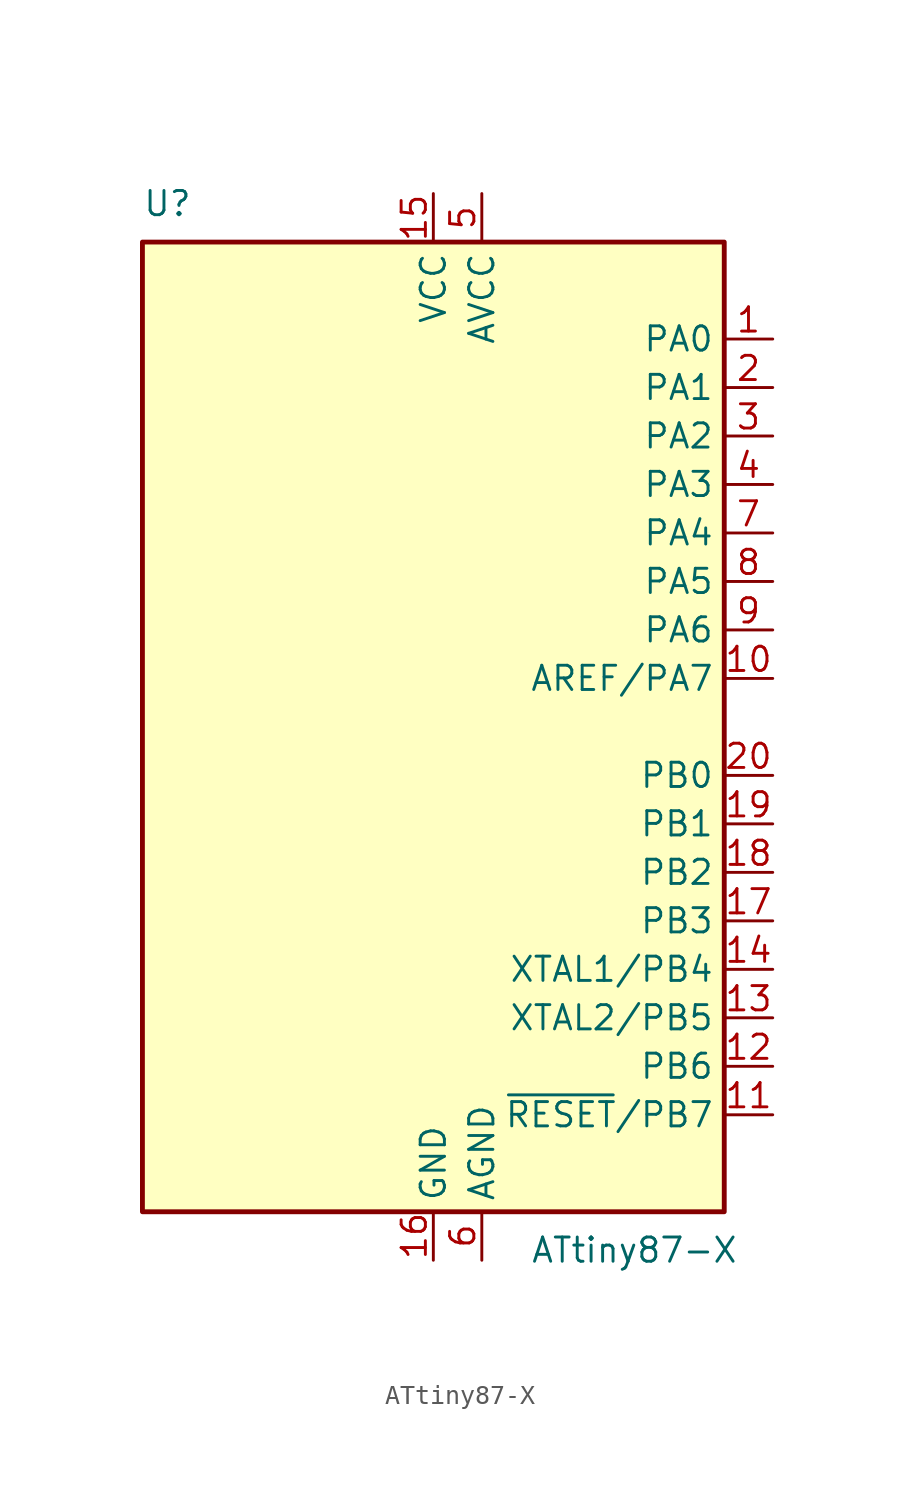
<source format=kicad_sym>
(kicad_symbol_lib
  (version 20211014)
  (generator kicad_symbol_editor)
  (symbol "ATtiny87-X"
    (property "Reference" "U"
      (at -15.24 26.67 0)
      (effects (font (size 1.27 1.27)) (justify left bottom)))
    (property "Value" "ATtiny87-X"
      (at 5.08 -26.67 0)
      (effects (font (size 1.27 1.27)) (justify left top)))
    (symbol "ATtiny87-X_0_1"
      (rectangle (start -15.24 -25.4) (end 15.24 25.4) (stroke (width 0.254) (type default) (color 0 0 0 0)) (fill (type background))))
    (symbol "ATtiny87-X_1_1"
      (pin bidirectional line (at 17.78 20.32 180) (length 2.54) (name "PA0" (effects (font (size 1.27 1.27)))) (number "1" (effects (font (size 1.27 1.27)))))
      (pin bidirectional line (at 17.78 2.54 180) (length 2.54) (name "AREF/PA7" (effects (font (size 1.27 1.27)))) (number "10" (effects (font (size 1.27 1.27)))))
      (pin bidirectional line (at 17.78 -20.32 180) (length 2.54) (name "~{RESET}/PB7" (effects (font (size 1.27 1.27)))) (number "11" (effects (font (size 1.27 1.27)))))
      (pin bidirectional line (at 17.78 -17.78 180) (length 2.54) (name "PB6" (effects (font (size 1.27 1.27)))) (number "12" (effects (font (size 1.27 1.27)))))
      (pin bidirectional line (at 17.78 -15.24 180) (length 2.54) (name "XTAL2/PB5" (effects (font (size 1.27 1.27)))) (number "13" (effects (font (size 1.27 1.27)))))
      (pin bidirectional line (at 17.78 -12.7 180) (length 2.54) (name "XTAL1/PB4" (effects (font (size 1.27 1.27)))) (number "14" (effects (font (size 1.27 1.27)))))
      (pin power_in line (at 0 27.94 270) (length 2.54) (name "VCC" (effects (font (size 1.27 1.27)))) (number "15" (effects (font (size 1.27 1.27)))))
      (pin power_in line (at 0 -27.94 90) (length 2.54) (name "GND" (effects (font (size 1.27 1.27)))) (number "16" (effects (font (size 1.27 1.27)))))
      (pin bidirectional line (at 17.78 -10.16 180) (length 2.54) (name "PB3" (effects (font (size 1.27 1.27)))) (number "17" (effects (font (size 1.27 1.27)))))
      (pin bidirectional line (at 17.78 -7.62 180) (length 2.54) (name "PB2" (effects (font (size 1.27 1.27)))) (number "18" (effects (font (size 1.27 1.27)))))
      (pin bidirectional line (at 17.78 -5.08 180) (length 2.54) (name "PB1" (effects (font (size 1.27 1.27)))) (number "19" (effects (font (size 1.27 1.27)))))
      (pin bidirectional line (at 17.78 17.78 180) (length 2.54) (name "PA1" (effects (font (size 1.27 1.27)))) (number "2" (effects (font (size 1.27 1.27)))))
      (pin bidirectional line (at 17.78 -2.54 180) (length 2.54) (name "PB0" (effects (font (size 1.27 1.27)))) (number "20" (effects (font (size 1.27 1.27)))))
      (pin bidirectional line (at 17.78 15.24 180) (length 2.54) (name "PA2" (effects (font (size 1.27 1.27)))) (number "3" (effects (font (size 1.27 1.27)))))
      (pin bidirectional line (at 17.78 12.7 180) (length 2.54) (name "PA3" (effects (font (size 1.27 1.27)))) (number "4" (effects (font (size 1.27 1.27)))))
      (pin power_in line (at 2.54 27.94 270) (length 2.54) (name "AVCC" (effects (font (size 1.27 1.27)))) (number "5" (effects (font (size 1.27 1.27)))))
      (pin power_in line (at 2.54 -27.94 90) (length 2.54) (name "AGND" (effects (font (size 1.27 1.27)))) (number "6" (effects (font (size 1.27 1.27)))))
      (pin bidirectional line (at 17.78 10.16 180) (length 2.54) (name "PA4" (effects (font (size 1.27 1.27)))) (number "7" (effects (font (size 1.27 1.27)))))
      (pin bidirectional line (at 17.78 7.62 180) (length 2.54) (name "PA5" (effects (font (size 1.27 1.27)))) (number "8" (effects (font (size 1.27 1.27)))))
      (pin bidirectional line (at 17.78 5.08 180) (length 2.54) (name "PA6" (effects (font (size 1.27 1.27)))) (number "9" (effects (font (size 1.27 1.27))))))))
</source>
